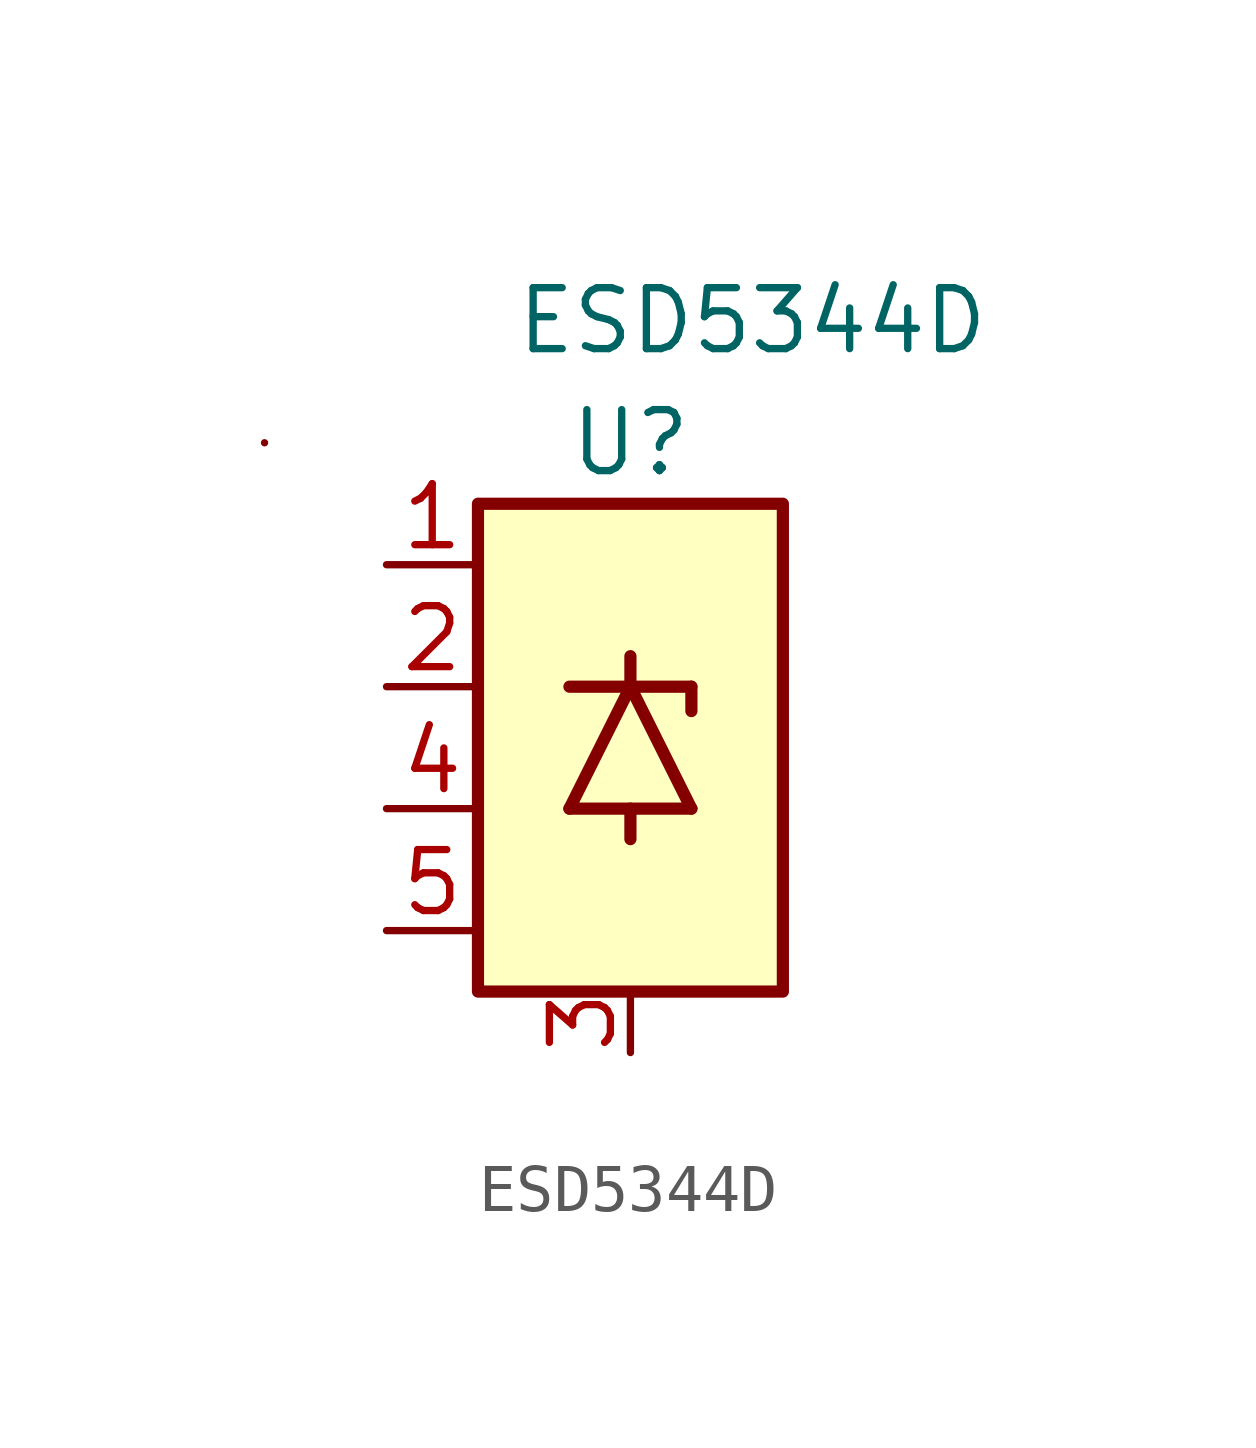
<source format=kicad_sym>
(kicad_symbol_lib
  (version 20220914)
  (generator kicad_symbol_editor)
  (symbol "ESD5344D"
    (pin_names
      (offset 0))
    (property "Reference" "U"
      (at 0 7.62 0)
      (effects (font (size 1.27 1.27))))
    (property "Value" "ESD5344D"
      (at 2.54 10.16 0)
      (effects (font (size 1.27 1.27))))
    (symbol "ESD5344D_0_1"
      (polyline (pts (xy -7.62 7.62) (xy -7.62 7.62)) (stroke (width 0) (type default)) (fill (type none)))
      (rectangle (start 3.175 -3.81) (end -3.175 6.35) (stroke (width 0.254) (type default)) (fill (type background))))
    (symbol "ESD5344D_1_1"
      (polyline (pts (xy -1.27 0) (xy 1.27 0)) (stroke (width 0.254) (type default)) (fill (type none)))
      (polyline (pts (xy -1.27 2.54) (xy 1.27 2.54)) (stroke (width 0.254) (type default)) (fill (type none)))
      (polyline (pts (xy 0 0) (xy 0 -0.635)) (stroke (width 0.254) (type default)) (fill (type none)))
      (polyline (pts (xy 0 2.54) (xy -1.27 0)) (stroke (width 0.254) (type default)) (fill (type none)))
      (polyline (pts (xy 0 2.54) (xy 0 3.175)) (stroke (width 0.254) (type default)) (fill (type none)))
      (polyline (pts (xy 1.27 0) (xy 0 2.54)) (stroke (width 0.254) (type default)) (fill (type none)))
      (polyline (pts (xy 1.27 2.54) (xy 1.27 2.032)) (stroke (width 0.254) (type default)) (fill (type none)))
      (pin passive line (at -5.08 5.08 0) (length 1.905) (name "~" (effects (font (size 1.27 1.27)))) (number "1" (effects (font (size 1.27 1.27)))))
      (pin passive line (at -5.08 2.54 0) (length 1.905) (name "~" (effects (font (size 1.27 1.27)))) (number "2" (effects (font (size 1.27 1.27)))))
      (pin power_in line (at 0 -5.08 90) (length 1.27) (name "~" (effects (font (size 1.27 1.27)))) (number "3" (effects (font (size 1.27 1.27)))))
      (pin passive line (at -5.08 0 0) (length 1.905) (name "~" (effects (font (size 1.27 1.27)))) (number "4" (effects (font (size 1.27 1.27)))))
      (pin passive line (at -5.08 -2.54 0) (length 1.905) (name "~" (effects (font (size 1.27 1.27)))) (number "5" (effects (font (size 1.27 1.27))))))))
</source>
